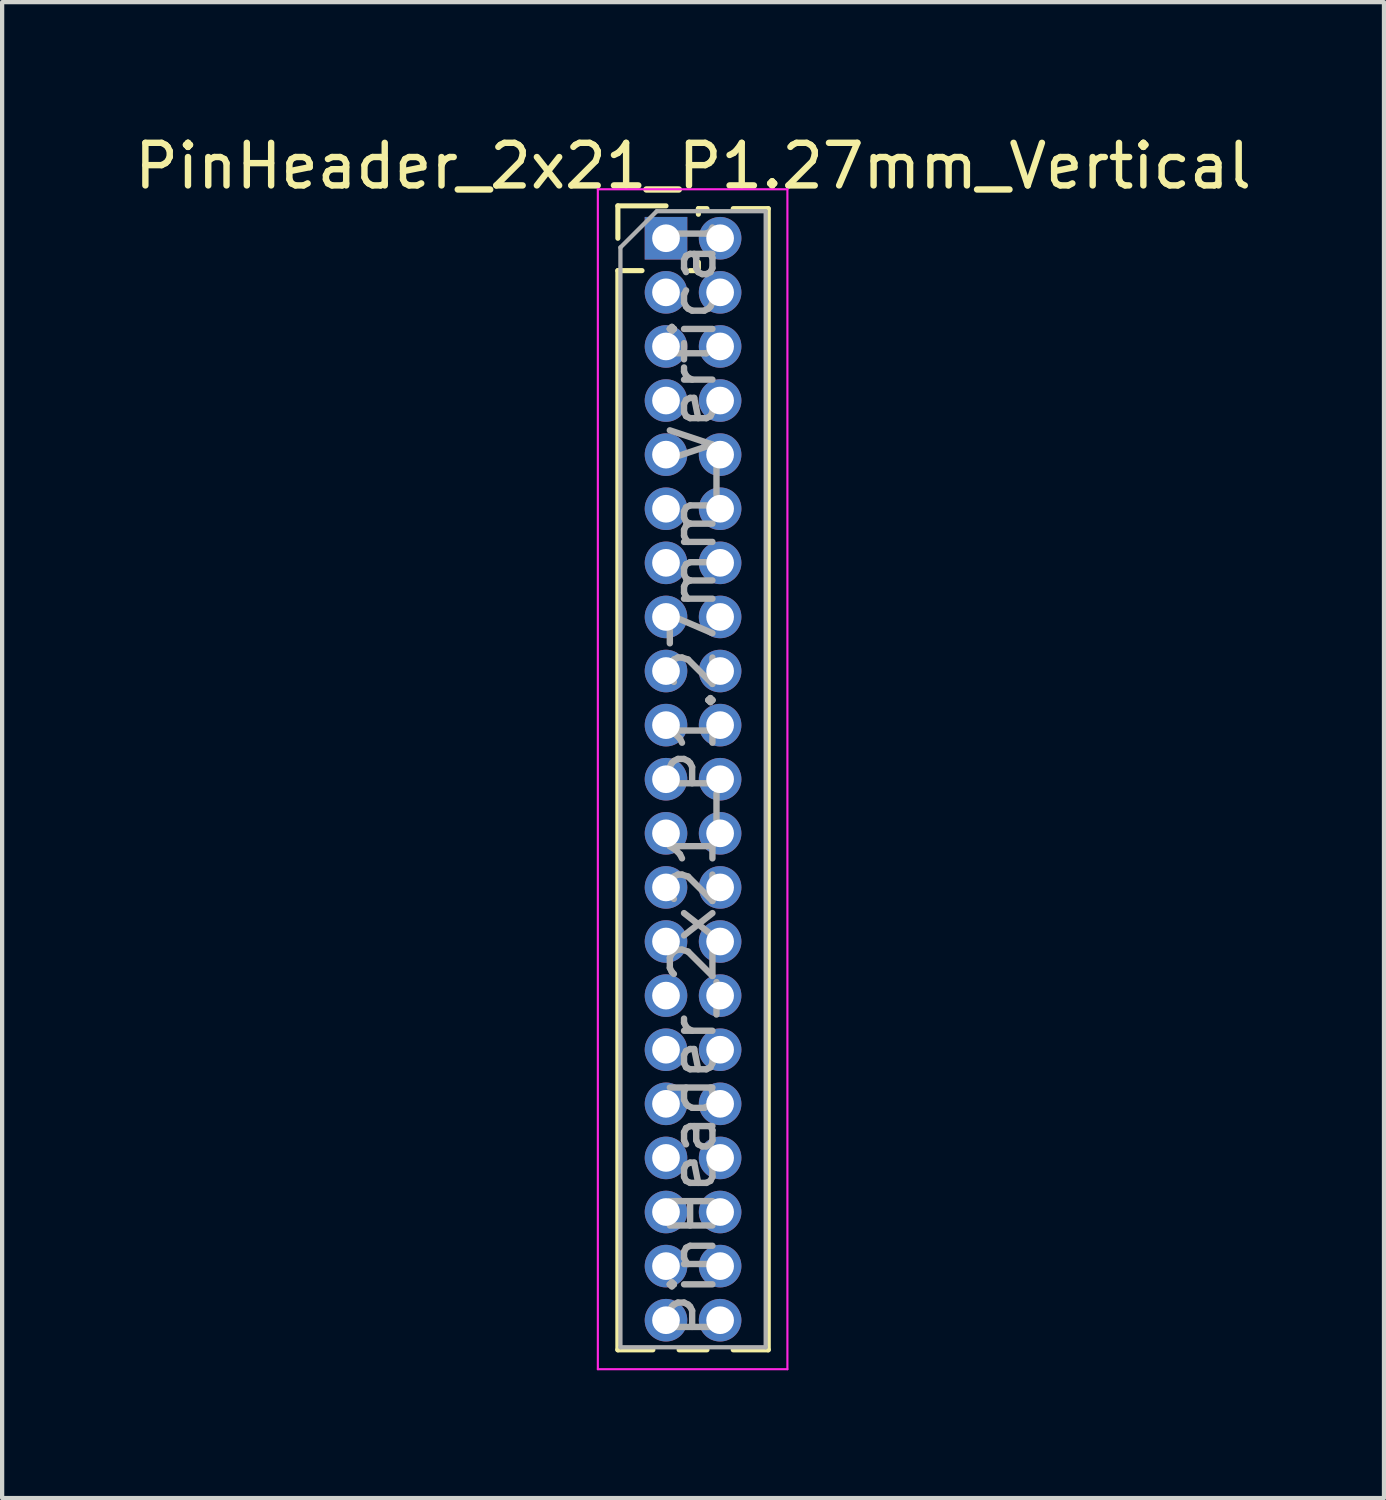
<source format=kicad_pcb>
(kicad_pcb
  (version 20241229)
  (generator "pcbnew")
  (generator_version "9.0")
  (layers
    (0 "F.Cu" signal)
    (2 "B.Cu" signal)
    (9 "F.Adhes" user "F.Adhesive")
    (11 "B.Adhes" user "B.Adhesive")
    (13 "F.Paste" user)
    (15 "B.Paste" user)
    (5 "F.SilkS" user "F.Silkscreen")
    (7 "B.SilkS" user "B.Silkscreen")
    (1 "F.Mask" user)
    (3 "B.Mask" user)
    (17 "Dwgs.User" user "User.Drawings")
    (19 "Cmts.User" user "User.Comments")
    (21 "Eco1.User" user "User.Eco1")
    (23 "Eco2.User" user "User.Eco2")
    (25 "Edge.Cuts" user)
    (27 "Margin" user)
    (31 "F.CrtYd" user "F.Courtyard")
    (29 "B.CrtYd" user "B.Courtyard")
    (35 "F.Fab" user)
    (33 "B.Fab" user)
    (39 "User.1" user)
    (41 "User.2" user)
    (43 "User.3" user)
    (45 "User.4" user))
  (footprint "PinHeader_2x21_P1.27mm_Vertical"
    (layer "F.Cu")
    (at 12.585 2.543)
    (property "Reference" "PinHeader_2x21_P1.27mm_Vertical" (at 0.635 -1.695 0) (layer "F.SilkS") (effects (font (size 1 1) (thickness 0.15))))
    (attr through_hole)
    (fp_line (start -1.13 -0.76) (end 0 -0.76) (stroke (width 0.12) (type solid)) (layer "F.SilkS"))
    (fp_line (start -1.13 0) (end -1.13 -0.76) (stroke (width 0.12) (type solid)) (layer "F.SilkS"))
    (fp_line (start -1.13 0.76) (end -1.13 26.095) (stroke (width 0.12) (type solid)) (layer "F.SilkS"))
    (fp_line (start -1.13 0.76) (end -0.563 0.76) (stroke (width 0.12) (type solid)) (layer "F.SilkS"))
    (fp_line (start -1.13 26.095) (end -0.308 26.095) (stroke (width 0.12) (type solid)) (layer "F.SilkS"))
    (fp_line (start 0.308 26.095) (end 0.962 26.095) (stroke (width 0.12) (type solid)) (layer "F.SilkS"))
    (fp_line (start 0.563 0.76) (end 0.707 0.76) (stroke (width 0.12) (type solid)) (layer "F.SilkS"))
    (fp_line (start 0.76 -0.695) (end 0.962 -0.695) (stroke (width 0.12) (type solid)) (layer "F.SilkS"))
    (fp_line (start 0.76 -0.563) (end 0.76 -0.695) (stroke (width 0.12) (type solid)) (layer "F.SilkS"))
    (fp_line (start 0.76 0.707) (end 0.76 0.563) (stroke (width 0.12) (type solid)) (layer "F.SilkS"))
    (fp_line (start 1.578 -0.695) (end 2.4 -0.695) (stroke (width 0.12) (type solid)) (layer "F.SilkS"))
    (fp_line (start 1.578 26.095) (end 2.4 26.095) (stroke (width 0.12) (type solid)) (layer "F.SilkS"))
    (fp_line (start 2.4 -0.695) (end 2.4 26.095) (stroke (width 0.12) (type solid)) (layer "F.SilkS"))
    (fp_line (start -1.6 -1.15) (end -1.6 26.55) (stroke (width 0.05) (type solid)) (layer "F.CrtYd"))
    (fp_line (start -1.6 26.55) (end 2.85 26.55) (stroke (width 0.05) (type solid)) (layer "F.CrtYd"))
    (fp_line (start 2.85 -1.15) (end -1.6 -1.15) (stroke (width 0.05) (type solid)) (layer "F.CrtYd"))
    (fp_line (start 2.85 26.55) (end 2.85 -1.15) (stroke (width 0.05) (type solid)) (layer "F.CrtYd"))
    (fp_line (start -1.07 0.217) (end -0.217 -0.635) (stroke (width 0.1) (type solid)) (layer "F.Fab"))
    (fp_line (start -1.07 26.035) (end -1.07 0.217) (stroke (width 0.1) (type solid)) (layer "F.Fab"))
    (fp_line (start -0.217 -0.635) (end 2.34 -0.635) (stroke (width 0.1) (type solid)) (layer "F.Fab"))
    (fp_line (start 2.34 -0.635) (end 2.34 26.035) (stroke (width 0.1) (type solid)) (layer "F.Fab"))
    (fp_line (start 2.34 26.035) (end -1.07 26.035) (stroke (width 0.1) (type solid)) (layer "F.Fab"))
    (fp_text user "${REFERENCE}" (at 0.635 12.7 90) (layer "F.Fab") (effects (font (size 1 1) (thickness 0.15))))
    (pad "1" thru_hole rect (at 0 0) (size 1 1) (drill 0.65) (layers "*.Cu" "*.Mask"))
    (pad "2" thru_hole oval (at 1.27 0) (size 1 1) (drill 0.65) (layers "*.Cu" "*.Mask"))
    (pad "3" thru_hole oval (at 0 1.27) (size 1 1) (drill 0.65) (layers "*.Cu" "*.Mask"))
    (pad "4" thru_hole oval (at 1.27 1.27) (size 1 1) (drill 0.65) (layers "*.Cu" "*.Mask"))
    (pad "5" thru_hole oval (at 0 2.54) (size 1 1) (drill 0.65) (layers "*.Cu" "*.Mask"))
    (pad "6" thru_hole oval (at 1.27 2.54) (size 1 1) (drill 0.65) (layers "*.Cu" "*.Mask"))
    (pad "7" thru_hole oval (at 0 3.81) (size 1 1) (drill 0.65) (layers "*.Cu" "*.Mask"))
    (pad "8" thru_hole oval (at 1.27 3.81) (size 1 1) (drill 0.65) (layers "*.Cu" "*.Mask"))
    (pad "9" thru_hole oval (at 0 5.08) (size 1 1) (drill 0.65) (layers "*.Cu" "*.Mask"))
    (pad "10" thru_hole oval (at 1.27 5.08) (size 1 1) (drill 0.65) (layers "*.Cu" "*.Mask"))
    (pad "11" thru_hole oval (at 0 6.35) (size 1 1) (drill 0.65) (layers "*.Cu" "*.Mask"))
    (pad "12" thru_hole oval (at 1.27 6.35) (size 1 1) (drill 0.65) (layers "*.Cu" "*.Mask"))
    (pad "13" thru_hole oval (at 0 7.62) (size 1 1) (drill 0.65) (layers "*.Cu" "*.Mask"))
    (pad "14" thru_hole oval (at 1.27 7.62) (size 1 1) (drill 0.65) (layers "*.Cu" "*.Mask"))
    (pad "15" thru_hole oval (at 0 8.89) (size 1 1) (drill 0.65) (layers "*.Cu" "*.Mask"))
    (pad "16" thru_hole oval (at 1.27 8.89) (size 1 1) (drill 0.65) (layers "*.Cu" "*.Mask"))
    (pad "17" thru_hole oval (at 0 10.16) (size 1 1) (drill 0.65) (layers "*.Cu" "*.Mask"))
    (pad "18" thru_hole oval (at 1.27 10.16) (size 1 1) (drill 0.65) (layers "*.Cu" "*.Mask"))
    (pad "19" thru_hole oval (at 0 11.43) (size 1 1) (drill 0.65) (layers "*.Cu" "*.Mask"))
    (pad "20" thru_hole oval (at 1.27 11.43) (size 1 1) (drill 0.65) (layers "*.Cu" "*.Mask"))
    (pad "21" thru_hole oval (at 0 12.7) (size 1 1) (drill 0.65) (layers "*.Cu" "*.Mask"))
    (pad "22" thru_hole oval (at 1.27 12.7) (size 1 1) (drill 0.65) (layers "*.Cu" "*.Mask"))
    (pad "23" thru_hole oval (at 0 13.97) (size 1 1) (drill 0.65) (layers "*.Cu" "*.Mask"))
    (pad "24" thru_hole oval (at 1.27 13.97) (size 1 1) (drill 0.65) (layers "*.Cu" "*.Mask"))
    (pad "25" thru_hole oval (at 0 15.24) (size 1 1) (drill 0.65) (layers "*.Cu" "*.Mask"))
    (pad "26" thru_hole oval (at 1.27 15.24) (size 1 1) (drill 0.65) (layers "*.Cu" "*.Mask"))
    (pad "27" thru_hole oval (at 0 16.51) (size 1 1) (drill 0.65) (layers "*.Cu" "*.Mask"))
    (pad "28" thru_hole oval (at 1.27 16.51) (size 1 1) (drill 0.65) (layers "*.Cu" "*.Mask"))
    (pad "29" thru_hole oval (at 0 17.78) (size 1 1) (drill 0.65) (layers "*.Cu" "*.Mask"))
    (pad "30" thru_hole oval (at 1.27 17.78) (size 1 1) (drill 0.65) (layers "*.Cu" "*.Mask"))
    (pad "31" thru_hole oval (at 0 19.05) (size 1 1) (drill 0.65) (layers "*.Cu" "*.Mask"))
    (pad "32" thru_hole oval (at 1.27 19.05) (size 1 1) (drill 0.65) (layers "*.Cu" "*.Mask"))
    (pad "33" thru_hole oval (at 0 20.32) (size 1 1) (drill 0.65) (layers "*.Cu" "*.Mask"))
    (pad "34" thru_hole oval (at 1.27 20.32) (size 1 1) (drill 0.65) (layers "*.Cu" "*.Mask"))
    (pad "35" thru_hole oval (at 0 21.59) (size 1 1) (drill 0.65) (layers "*.Cu" "*.Mask"))
    (pad "36" thru_hole oval (at 1.27 21.59) (size 1 1) (drill 0.65) (layers "*.Cu" "*.Mask"))
    (pad "37" thru_hole oval (at 0 22.86) (size 1 1) (drill 0.65) (layers "*.Cu" "*.Mask"))
    (pad "38" thru_hole oval (at 1.27 22.86) (size 1 1) (drill 0.65) (layers "*.Cu" "*.Mask"))
    (pad "39" thru_hole oval (at 0 24.13) (size 1 1) (drill 0.65) (layers "*.Cu" "*.Mask"))
    (pad "40" thru_hole oval (at 1.27 24.13) (size 1 1) (drill 0.65) (layers "*.Cu" "*.Mask"))
    (pad "41" thru_hole oval (at 0 25.4) (size 1 1) (drill 0.65) (layers "*.Cu" "*.Mask"))
    (pad "42" thru_hole oval (at 1.27 25.4) (size 1 1) (drill 0.65) (layers "*.Cu" "*.Mask")))
  (gr_rect
    (start -3 -3)
    (end 29.44 32.118)
    (stroke (width 0.1) (type default))
    (fill no)
    (layer "Edge.Cuts")))
</source>
